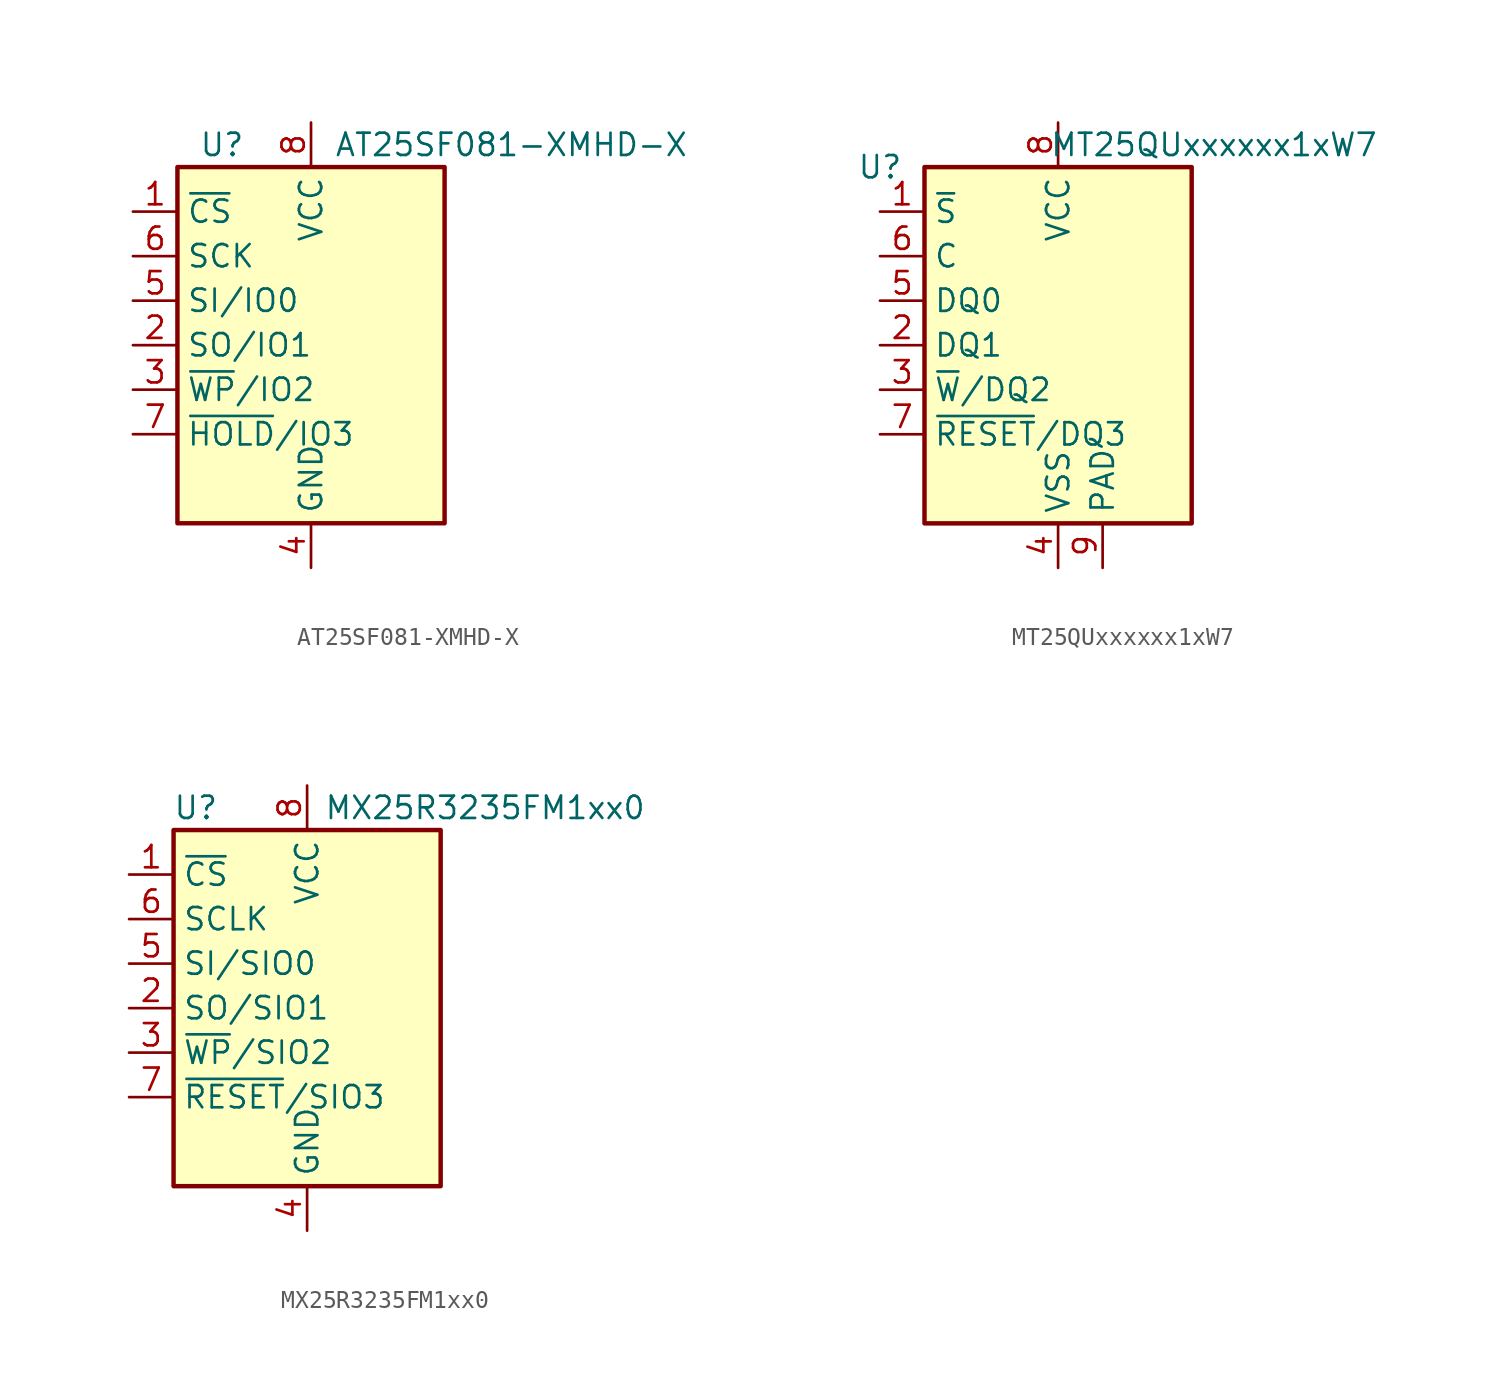
<source format=kicad_sym>
(kicad_symbol_lib
  (version 20211014)
  (generator kicad_symbol_editor)
  (symbol "AT25SF081-XMHD-X"
    (property "Reference" "U"
      (at -5.08 11.43 0)
      (effects (font (size 1.27 1.27))))
    (property "Value" "AT25SF081-XMHD-X"
      (at 11.43 11.43 0)
      (effects (font (size 1.27 1.27))))
    (symbol "AT25SF081-XMHD-X_0_1"
      (rectangle (start -7.62 10.16) (end 7.62 -10.16) (stroke (width 0.254) (type default) (color 0 0 0 0)) (fill (type background))))
    (symbol "AT25SF081-XMHD-X_1_1"
      (pin input line (at -10.16 7.62 0) (length 2.54) (name "~{CS}" (effects (font (size 1.27 1.27)))) (number "1" (effects (font (size 1.27 1.27)))))
      (pin bidirectional line (at -10.16 0 0) (length 2.54) (name "SO/IO1" (effects (font (size 1.27 1.27)))) (number "2" (effects (font (size 1.27 1.27)))))
      (pin bidirectional line (at -10.16 -2.54 0) (length 2.54) (name "~{WP}/IO2" (effects (font (size 1.27 1.27)))) (number "3" (effects (font (size 1.27 1.27)))))
      (pin power_in line (at 0 -12.7 90) (length 2.54) (name "GND" (effects (font (size 1.27 1.27)))) (number "4" (effects (font (size 1.27 1.27)))))
      (pin bidirectional line (at -10.16 2.54 0) (length 2.54) (name "SI/IO0" (effects (font (size 1.27 1.27)))) (number "5" (effects (font (size 1.27 1.27)))))
      (pin input line (at -10.16 5.08 0) (length 2.54) (name "SCK" (effects (font (size 1.27 1.27)))) (number "6" (effects (font (size 1.27 1.27)))))
      (pin bidirectional line (at -10.16 -5.08 0) (length 2.54) (name "~{HOLD}/IO3" (effects (font (size 1.27 1.27)))) (number "7" (effects (font (size 1.27 1.27)))))
      (pin power_in line (at 0 12.7 270) (length 2.54) (name "VCC" (effects (font (size 1.27 1.27)))) (number "8" (effects (font (size 1.27 1.27)))))))
  (symbol "MT25QUxxxxxx1xW7"
    (property "Reference" "U"
      (at -10.16 10.16 0)
      (effects (font (size 1.27 1.27))))
    (property "Value" "MT25QUxxxxxx1xW7"
      (at 8.89 11.43 0)
      (effects (font (size 1.27 1.27))))
    (symbol "MT25QUxxxxxx1xW7_0_1"
      (rectangle (start -7.62 10.16) (end 7.62 -10.16) (stroke (width 0.254) (type default) (color 0 0 0 0)) (fill (type background))))
    (symbol "MT25QUxxxxxx1xW7_1_1"
      (pin input line (at -10.16 7.62 0) (length 2.54) (name "~{S}" (effects (font (size 1.27 1.27)))) (number "1" (effects (font (size 1.27 1.27)))))
      (pin bidirectional line (at -10.16 0 0) (length 2.54) (name "DQ1" (effects (font (size 1.27 1.27)))) (number "2" (effects (font (size 1.27 1.27)))))
      (pin input line (at -10.16 -2.54 0) (length 2.54) (name "~{W}/DQ2" (effects (font (size 1.27 1.27)))) (number "3" (effects (font (size 1.27 1.27)))))
      (pin power_in line (at 0 -12.7 90) (length 2.54) (name "VSS" (effects (font (size 1.27 1.27)))) (number "4" (effects (font (size 1.27 1.27)))))
      (pin bidirectional line (at -10.16 2.54 0) (length 2.54) (name "DQ0" (effects (font (size 1.27 1.27)))) (number "5" (effects (font (size 1.27 1.27)))))
      (pin input line (at -10.16 5.08 0) (length 2.54) (name "C" (effects (font (size 1.27 1.27)))) (number "6" (effects (font (size 1.27 1.27)))))
      (pin input line (at -10.16 -5.08 0) (length 2.54) (name "~{RESET}/DQ3" (effects (font (size 1.27 1.27)))) (number "7" (effects (font (size 1.27 1.27)))))
      (pin power_in line (at 0 12.7 270) (length 2.54) (name "VCC" (effects (font (size 1.27 1.27)))) (number "8" (effects (font (size 1.27 1.27)))))
      (pin power_in line (at 2.54 -12.7 90) (length 2.54) (name "PAD" (effects (font (size 1.27 1.27)))) (number "9" (effects (font (size 1.27 1.27)))))))
  (symbol "MX25R3235FM1xx0"
    (property "Reference" "U"
      (at -6.35 11.43 0)
      (effects (font (size 1.27 1.27))))
    (property "Value" "MX25R3235FM1xx0"
      (at 10.16 11.43 0)
      (effects (font (size 1.27 1.27))))
    (symbol "MX25R3235FM1xx0_0_1"
      (rectangle (start -7.62 10.16) (end 7.62 -10.16) (stroke (width 0.254) (type default) (color 0 0 0 0)) (fill (type background))))
    (symbol "MX25R3235FM1xx0_1_1"
      (pin input line (at -10.16 7.62 0) (length 2.54) (name "~{CS}" (effects (font (size 1.27 1.27)))) (number "1" (effects (font (size 1.27 1.27)))))
      (pin bidirectional line (at -10.16 0 0) (length 2.54) (name "SO/SIO1" (effects (font (size 1.27 1.27)))) (number "2" (effects (font (size 1.27 1.27)))))
      (pin bidirectional line (at -10.16 -2.54 0) (length 2.54) (name "~{WP}/SIO2" (effects (font (size 1.27 1.27)))) (number "3" (effects (font (size 1.27 1.27)))))
      (pin power_in line (at 0 -12.7 90) (length 2.54) (name "GND" (effects (font (size 1.27 1.27)))) (number "4" (effects (font (size 1.27 1.27)))))
      (pin bidirectional line (at -10.16 2.54 0) (length 2.54) (name "SI/SIO0" (effects (font (size 1.27 1.27)))) (number "5" (effects (font (size 1.27 1.27)))))
      (pin input line (at -10.16 5.08 0) (length 2.54) (name "SCLK" (effects (font (size 1.27 1.27)))) (number "6" (effects (font (size 1.27 1.27)))))
      (pin bidirectional line (at -10.16 -5.08 0) (length 2.54) (name "~{RESET}/SIO3" (effects (font (size 1.27 1.27)))) (number "7" (effects (font (size 1.27 1.27)))))
      (pin power_in line (at 0 12.7 270) (length 2.54) (name "VCC" (effects (font (size 1.27 1.27)))) (number "8" (effects (font (size 1.27 1.27))))))))
</source>
